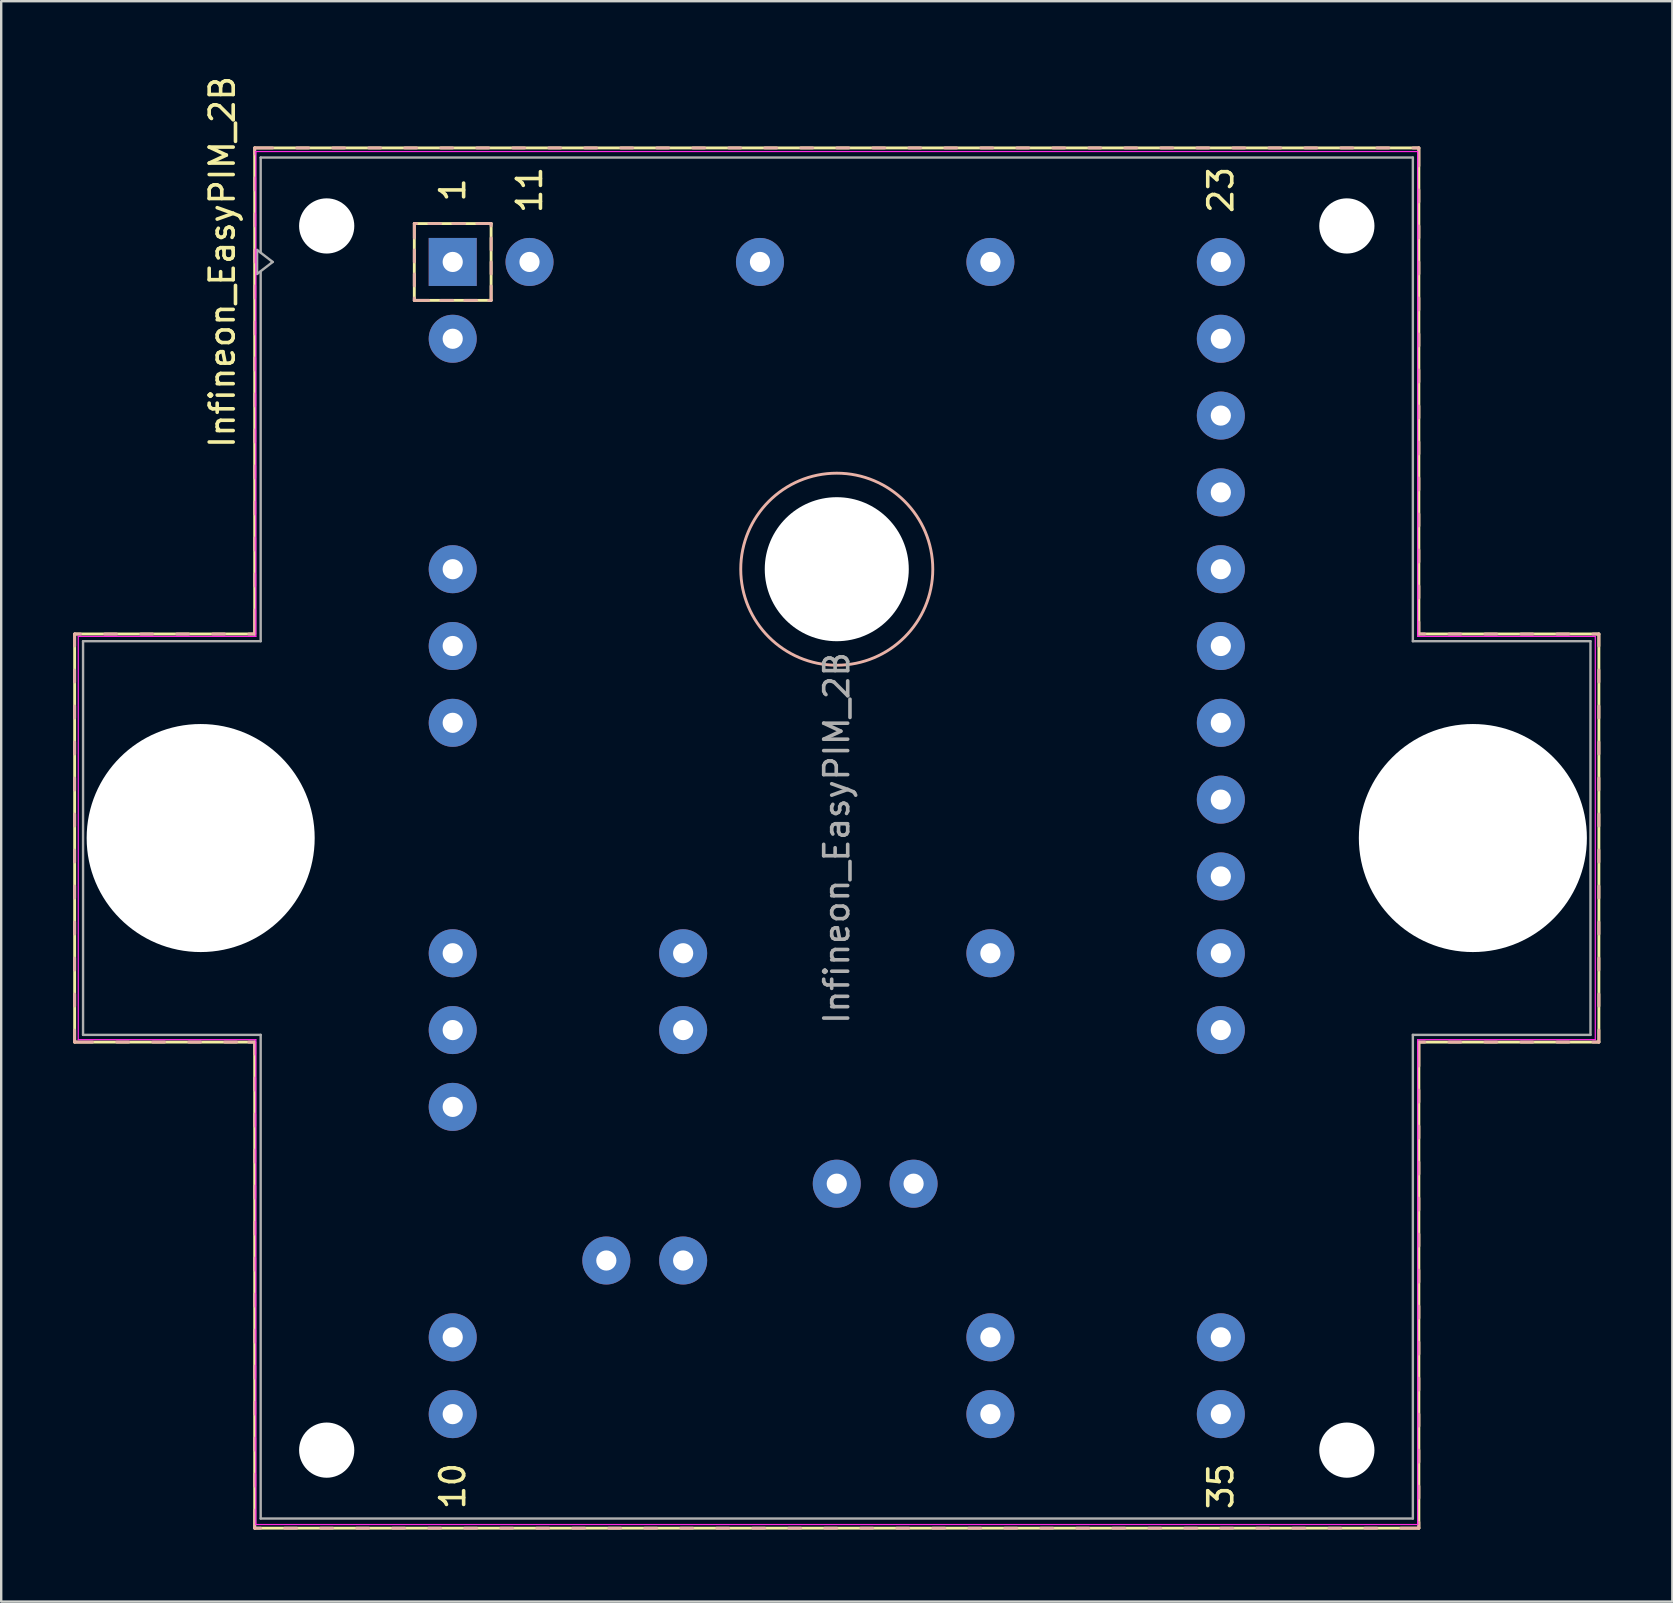
<source format=kicad_pcb>
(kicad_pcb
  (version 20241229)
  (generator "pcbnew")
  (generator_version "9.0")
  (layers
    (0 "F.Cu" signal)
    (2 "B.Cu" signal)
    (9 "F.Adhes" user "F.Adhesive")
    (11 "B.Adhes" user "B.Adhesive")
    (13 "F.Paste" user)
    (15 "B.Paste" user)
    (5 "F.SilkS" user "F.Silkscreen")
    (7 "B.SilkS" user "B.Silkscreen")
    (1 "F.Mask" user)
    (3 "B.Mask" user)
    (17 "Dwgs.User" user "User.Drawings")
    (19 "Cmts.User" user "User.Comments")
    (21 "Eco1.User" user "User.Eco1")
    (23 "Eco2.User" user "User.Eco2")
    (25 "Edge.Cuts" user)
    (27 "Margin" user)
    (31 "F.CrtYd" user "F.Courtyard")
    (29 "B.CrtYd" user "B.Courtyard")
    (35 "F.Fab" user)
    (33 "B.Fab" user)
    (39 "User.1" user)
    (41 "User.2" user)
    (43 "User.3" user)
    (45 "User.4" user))
  (footprint "Infineon_EasyPIM_2B"
    (layer "F.Cu")
    (at 15.81 7.863)
    (property "Reference" "Infineon_EasyPIM_2B" (at -9.6 0 90) (layer "F.SilkS") (effects (font (size 1 1) (thickness 0.15))))
    (attr through_hole)
    (fp_line (start -15.75 15.5) (end -15.75 32.5) (stroke (width 0.12) (type solid)) (layer "F.SilkS"))
    (fp_line (start -15.75 32.5) (end -8.25 32.5) (stroke (width 0.12) (type solid)) (layer "F.SilkS"))
    (fp_line (start -8.25 -4.75) (end -8.25 15.5) (stroke (width 0.12) (type solid)) (layer "F.SilkS"))
    (fp_line (start -8.25 15.5) (end -15.75 15.5) (stroke (width 0.12) (type solid)) (layer "F.SilkS"))
    (fp_line (start -8.25 32.5) (end -8.25 52.75) (stroke (width 0.12) (type solid)) (layer "F.SilkS"))
    (fp_line (start -8.25 52.75) (end 40.25 52.75) (stroke (width 0.12) (type solid)) (layer "F.SilkS"))
    (fp_line (start -1.6 -1.6) (end 1.6 -1.6) (stroke (width 0.12) (type solid)) (layer "F.SilkS"))
    (fp_line (start -1.6 1.6) (end -1.6 -1.6) (stroke (width 0.12) (type solid)) (layer "F.SilkS"))
    (fp_line (start 1.6 -1.6) (end 1.6 1.6) (stroke (width 0.12) (type solid)) (layer "F.SilkS"))
    (fp_line (start 1.6 1.6) (end -1.6 1.6) (stroke (width 0.12) (type solid)) (layer "F.SilkS"))
    (fp_line (start 40.25 -4.75) (end -8.25 -4.75) (stroke (width 0.12) (type solid)) (layer "F.SilkS"))
    (fp_line (start 40.25 15.5) (end 40.25 -4.75) (stroke (width 0.12) (type solid)) (layer "F.SilkS"))
    (fp_line (start 40.25 32.5) (end 47.75 32.5) (stroke (width 0.12) (type solid)) (layer "F.SilkS"))
    (fp_line (start 40.25 52.75) (end 40.25 32.5) (stroke (width 0.12) (type solid)) (layer "F.SilkS"))
    (fp_line (start 47.75 15.5) (end 40.25 15.5) (stroke (width 0.12) (type solid)) (layer "F.SilkS"))
    (fp_line (start 47.75 32.5) (end 47.75 15.5) (stroke (width 0.12) (type solid)) (layer "F.SilkS"))
    (fp_line (start -15.75 15.5) (end -15.75 16) (stroke (width 0.12) (type solid)) (layer "B.SilkS"))
    (fp_line (start -15.75 17) (end -15.75 17.5) (stroke (width 0.12) (type solid)) (layer "B.SilkS"))
    (fp_line (start -15.75 18.5) (end -15.75 19) (stroke (width 0.12) (type solid)) (layer "B.SilkS"))
    (fp_line (start -15.75 20) (end -15.75 20.5) (stroke (width 0.12) (type solid)) (layer "B.SilkS"))
    (fp_line (start -15.75 21.5) (end -15.75 22) (stroke (width 0.12) (type solid)) (layer "B.SilkS"))
    (fp_line (start -15.75 23) (end -15.75 23.5) (stroke (width 0.12) (type solid)) (layer "B.SilkS"))
    (fp_line (start -15.75 24.5) (end -15.75 25) (stroke (width 0.12) (type solid)) (layer "B.SilkS"))
    (fp_line (start -15.75 26) (end -15.75 26.5) (stroke (width 0.12) (type solid)) (layer "B.SilkS"))
    (fp_line (start -15.75 27.5) (end -15.75 28) (stroke (width 0.12) (type solid)) (layer "B.SilkS"))
    (fp_line (start -15.75 29) (end -15.75 29.5) (stroke (width 0.12) (type solid)) (layer "B.SilkS"))
    (fp_line (start -15.75 30.5) (end -15.75 31) (stroke (width 0.12) (type solid)) (layer "B.SilkS"))
    (fp_line (start -15.75 32) (end -15.75 32.5) (stroke (width 0.12) (type solid)) (layer "B.SilkS"))
    (fp_line (start -15.75 32.5) (end -15 32.5) (stroke (width 0.12) (type solid)) (layer "B.SilkS"))
    (fp_line (start -15.5 15.5) (end -15.75 15.5) (stroke (width 0.12) (type solid)) (layer "B.SilkS"))
    (fp_line (start -14 15.5) (end -14.5 15.5) (stroke (width 0.12) (type solid)) (layer "B.SilkS"))
    (fp_line (start -14 32.5) (end -13.5 32.5) (stroke (width 0.12) (type solid)) (layer "B.SilkS"))
    (fp_line (start -12.5 15.5) (end -13 15.5) (stroke (width 0.12) (type solid)) (layer "B.SilkS"))
    (fp_line (start -12.5 32.5) (end -12 32.5) (stroke (width 0.12) (type solid)) (layer "B.SilkS"))
    (fp_line (start -11 15.5) (end -11.5 15.5) (stroke (width 0.12) (type solid)) (layer "B.SilkS"))
    (fp_line (start -11 32.5) (end -10.5 32.5) (stroke (width 0.12) (type solid)) (layer "B.SilkS"))
    (fp_line (start -9.5 15.5) (end -10 15.5) (stroke (width 0.12) (type solid)) (layer "B.SilkS"))
    (fp_line (start -9.5 32.5) (end -9 32.5) (stroke (width 0.12) (type solid)) (layer "B.SilkS"))
    (fp_line (start -8.5 32.5) (end -8.25 32.5) (stroke (width 0.12) (type solid)) (layer "B.SilkS"))
    (fp_line (start -8.25 -4.75) (end -8.25 -4.5) (stroke (width 0.12) (type solid)) (layer "B.SilkS"))
    (fp_line (start -8.25 -3.5) (end -8.25 -3) (stroke (width 0.12) (type solid)) (layer "B.SilkS"))
    (fp_line (start -8.25 -2) (end -8.25 -1.5) (stroke (width 0.12) (type solid)) (layer "B.SilkS"))
    (fp_line (start -8.25 -0.5) (end -8.25 0) (stroke (width 0.12) (type solid)) (layer "B.SilkS"))
    (fp_line (start -8.25 1) (end -8.25 1.5) (stroke (width 0.12) (type solid)) (layer "B.SilkS"))
    (fp_line (start -8.25 2.5) (end -8.25 3) (stroke (width 0.12) (type solid)) (layer "B.SilkS"))
    (fp_line (start -8.25 4) (end -8.25 4.5) (stroke (width 0.12) (type solid)) (layer "B.SilkS"))
    (fp_line (start -8.25 5.5) (end -8.25 6) (stroke (width 0.12) (type solid)) (layer "B.SilkS"))
    (fp_line (start -8.25 7) (end -8.25 7.5) (stroke (width 0.12) (type solid)) (layer "B.SilkS"))
    (fp_line (start -8.25 8.5) (end -8.25 9) (stroke (width 0.12) (type solid)) (layer "B.SilkS"))
    (fp_line (start -8.25 10) (end -8.25 10.5) (stroke (width 0.12) (type solid)) (layer "B.SilkS"))
    (fp_line (start -8.25 11.5) (end -8.25 12) (stroke (width 0.12) (type solid)) (layer "B.SilkS"))
    (fp_line (start -8.25 13) (end -8.25 13.5) (stroke (width 0.12) (type solid)) (layer "B.SilkS"))
    (fp_line (start -8.25 14.5) (end -8.25 15.5) (stroke (width 0.12) (type solid)) (layer "B.SilkS"))
    (fp_line (start -8.25 15.5) (end -8.5 15.5) (stroke (width 0.12) (type solid)) (layer "B.SilkS"))
    (fp_line (start -8.25 32.5) (end -8.25 33) (stroke (width 0.12) (type solid)) (layer "B.SilkS"))
    (fp_line (start -8.25 34) (end -8.25 34.5) (stroke (width 0.12) (type solid)) (layer "B.SilkS"))
    (fp_line (start -8.25 35.5) (end -8.25 36) (stroke (width 0.12) (type solid)) (layer "B.SilkS"))
    (fp_line (start -8.25 37) (end -8.25 37.5) (stroke (width 0.12) (type solid)) (layer "B.SilkS"))
    (fp_line (start -8.25 38.5) (end -8.25 39) (stroke (width 0.12) (type solid)) (layer "B.SilkS"))
    (fp_line (start -8.25 40) (end -8.25 40.5) (stroke (width 0.12) (type solid)) (layer "B.SilkS"))
    (fp_line (start -8.25 41.5) (end -8.25 42) (stroke (width 0.12) (type solid)) (layer "B.SilkS"))
    (fp_line (start -8.25 43) (end -8.25 43.5) (stroke (width 0.12) (type solid)) (layer "B.SilkS"))
    (fp_line (start -8.25 44.5) (end -8.25 45) (stroke (width 0.12) (type solid)) (layer "B.SilkS"))
    (fp_line (start -8.25 46) (end -8.25 46.5) (stroke (width 0.12) (type solid)) (layer "B.SilkS"))
    (fp_line (start -8.25 47.5) (end -8.25 48) (stroke (width 0.12) (type solid)) (layer "B.SilkS"))
    (fp_line (start -8.25 49) (end -8.25 49.5) (stroke (width 0.12) (type solid)) (layer "B.SilkS"))
    (fp_line (start -8.25 50.5) (end -8.25 51) (stroke (width 0.12) (type solid)) (layer "B.SilkS"))
    (fp_line (start -8.25 52) (end -8.25 52.75) (stroke (width 0.12) (type solid)) (layer "B.SilkS"))
    (fp_line (start -8.25 52.75) (end -8 52.75) (stroke (width 0.12) (type solid)) (layer "B.SilkS"))
    (fp_line (start -7.5 -4.75) (end -8.25 -4.75) (stroke (width 0.12) (type solid)) (layer "B.SilkS"))
    (fp_line (start -7 52.75) (end -6.5 52.75) (stroke (width 0.12) (type solid)) (layer "B.SilkS"))
    (fp_line (start -6 -4.75) (end -6.5 -4.75) (stroke (width 0.12) (type solid)) (layer "B.SilkS"))
    (fp_line (start -5.5 52.75) (end -5 52.75) (stroke (width 0.12) (type solid)) (layer "B.SilkS"))
    (fp_line (start -4.5 -4.75) (end -5 -4.75) (stroke (width 0.12) (type solid)) (layer "B.SilkS"))
    (fp_line (start -4 52.75) (end -3.5 52.75) (stroke (width 0.12) (type solid)) (layer "B.SilkS"))
    (fp_line (start -3 -4.75) (end -3.5 -4.75) (stroke (width 0.12) (type solid)) (layer "B.SilkS"))
    (fp_line (start -2.5 52.75) (end -2 52.75) (stroke (width 0.12) (type solid)) (layer "B.SilkS"))
    (fp_line (start -1.6 -1.6) (end -1.6 -1) (stroke (width 0.12) (type solid)) (layer "B.SilkS"))
    (fp_line (start -1.6 -0.5) (end -1.6 0) (stroke (width 0.12) (type solid)) (layer "B.SilkS"))
    (fp_line (start -1.6 0.5) (end -1.6 1) (stroke (width 0.12) (type solid)) (layer "B.SilkS"))
    (fp_line (start -1.6 1.5) (end -1.6 1.6) (stroke (width 0.12) (type solid)) (layer "B.SilkS"))
    (fp_line (start -1.6 1.6) (end -1 1.6) (stroke (width 0.12) (type solid)) (layer "B.SilkS"))
    (fp_line (start -1.5 -4.75) (end -2 -4.75) (stroke (width 0.12) (type solid)) (layer "B.SilkS"))
    (fp_line (start -1.5 -1.6) (end -1.6 -1.6) (stroke (width 0.12) (type solid)) (layer "B.SilkS"))
    (fp_line (start -1 52.75) (end -0.5 52.75) (stroke (width 0.12) (type solid)) (layer "B.SilkS"))
    (fp_line (start -0.5 -1.6) (end -1 -1.6) (stroke (width 0.12) (type solid)) (layer "B.SilkS"))
    (fp_line (start -0.5 1.6) (end 0 1.6) (stroke (width 0.12) (type solid)) (layer "B.SilkS"))
    (fp_line (start 0 -4.75) (end -0.5 -4.75) (stroke (width 0.12) (type solid)) (layer "B.SilkS"))
    (fp_line (start 0.5 -1.6) (end 0 -1.6) (stroke (width 0.12) (type solid)) (layer "B.SilkS"))
    (fp_line (start 0.5 1.6) (end 1 1.6) (stroke (width 0.12) (type solid)) (layer "B.SilkS"))
    (fp_line (start 0.5 52.75) (end 1 52.75) (stroke (width 0.12) (type solid)) (layer "B.SilkS"))
    (fp_line (start 1.5 -4.75) (end 1 -4.75) (stroke (width 0.12) (type solid)) (layer "B.SilkS"))
    (fp_line (start 1.5 1.6) (end 1.6 1.6) (stroke (width 0.12) (type solid)) (layer "B.SilkS"))
    (fp_line (start 1.6 -1.6) (end 1 -1.6) (stroke (width 0.12) (type solid)) (layer "B.SilkS"))
    (fp_line (start 1.6 -1.5) (end 1.6 -1.6) (stroke (width 0.12) (type solid)) (layer "B.SilkS"))
    (fp_line (start 1.6 -0.5) (end 1.6 -1) (stroke (width 0.12) (type solid)) (layer "B.SilkS"))
    (fp_line (start 1.6 0.5) (end 1.6 0) (stroke (width 0.12) (type solid)) (layer "B.SilkS"))
    (fp_line (start 1.6 1.6) (end 1.6 1) (stroke (width 0.12) (type solid)) (layer "B.SilkS"))
    (fp_line (start 2 52.75) (end 2.5 52.75) (stroke (width 0.12) (type solid)) (layer "B.SilkS"))
    (fp_line (start 3 -4.75) (end 2.5 -4.75) (stroke (width 0.12) (type solid)) (layer "B.SilkS"))
    (fp_line (start 3.5 52.75) (end 4 52.75) (stroke (width 0.12) (type solid)) (layer "B.SilkS"))
    (fp_line (start 4.5 -4.75) (end 4 -4.75) (stroke (width 0.12) (type solid)) (layer "B.SilkS"))
    (fp_line (start 5 52.75) (end 5.5 52.75) (stroke (width 0.12) (type solid)) (layer "B.SilkS"))
    (fp_line (start 6 -4.75) (end 5.5 -4.75) (stroke (width 0.12) (type solid)) (layer "B.SilkS"))
    (fp_line (start 6.5 52.75) (end 7 52.75) (stroke (width 0.12) (type solid)) (layer "B.SilkS"))
    (fp_line (start 7.5 -4.75) (end 7 -4.75) (stroke (width 0.12) (type solid)) (layer "B.SilkS"))
    (fp_line (start 8 52.75) (end 8.5 52.75) (stroke (width 0.12) (type solid)) (layer "B.SilkS"))
    (fp_line (start 9 -4.75) (end 8.5 -4.75) (stroke (width 0.12) (type solid)) (layer "B.SilkS"))
    (fp_line (start 9.5 52.75) (end 10 52.75) (stroke (width 0.12) (type solid)) (layer "B.SilkS"))
    (fp_line (start 10.5 -4.75) (end 10 -4.75) (stroke (width 0.12) (type solid)) (layer "B.SilkS"))
    (fp_line (start 11 52.75) (end 11.5 52.75) (stroke (width 0.12) (type solid)) (layer "B.SilkS"))
    (fp_line (start 12 -4.75) (end 11.5 -4.75) (stroke (width 0.12) (type solid)) (layer "B.SilkS"))
    (fp_line (start 12.5 52.75) (end 13 52.75) (stroke (width 0.12) (type solid)) (layer "B.SilkS"))
    (fp_line (start 13.5 -4.75) (end 13 -4.75) (stroke (width 0.12) (type solid)) (layer "B.SilkS"))
    (fp_line (start 14 52.75) (end 14.5 52.75) (stroke (width 0.12) (type solid)) (layer "B.SilkS"))
    (fp_line (start 15 -4.75) (end 14.5 -4.75) (stroke (width 0.12) (type solid)) (layer "B.SilkS"))
    (fp_line (start 15.5 52.75) (end 16 52.75) (stroke (width 0.12) (type solid)) (layer "B.SilkS"))
    (fp_line (start 16.5 -4.75) (end 16 -4.75) (stroke (width 0.12) (type solid)) (layer "B.SilkS"))
    (fp_line (start 17 52.75) (end 17.5 52.75) (stroke (width 0.12) (type solid)) (layer "B.SilkS"))
    (fp_line (start 18 -4.75) (end 17.5 -4.75) (stroke (width 0.12) (type solid)) (layer "B.SilkS"))
    (fp_line (start 18.5 52.75) (end 19 52.75) (stroke (width 0.12) (type solid)) (layer "B.SilkS"))
    (fp_line (start 19.5 -4.75) (end 19 -4.75) (stroke (width 0.12) (type solid)) (layer "B.SilkS"))
    (fp_line (start 20 52.75) (end 20.5 52.75) (stroke (width 0.12) (type solid)) (layer "B.SilkS"))
    (fp_line (start 21 -4.75) (end 20.5 -4.75) (stroke (width 0.12) (type solid)) (layer "B.SilkS"))
    (fp_line (start 21.5 52.75) (end 22 52.75) (stroke (width 0.12) (type solid)) (layer "B.SilkS"))
    (fp_line (start 22.5 -4.75) (end 22 -4.75) (stroke (width 0.12) (type solid)) (layer "B.SilkS"))
    (fp_line (start 23 52.75) (end 23.5 52.75) (stroke (width 0.12) (type solid)) (layer "B.SilkS"))
    (fp_line (start 24 -4.75) (end 23.5 -4.75) (stroke (width 0.12) (type solid)) (layer "B.SilkS"))
    (fp_line (start 24.5 52.75) (end 25 52.75) (stroke (width 0.12) (type solid)) (layer "B.SilkS"))
    (fp_line (start 25.5 -4.75) (end 25 -4.75) (stroke (width 0.12) (type solid)) (layer "B.SilkS"))
    (fp_line (start 26 52.75) (end 26.5 52.75) (stroke (width 0.12) (type solid)) (layer "B.SilkS"))
    (fp_line (start 27 -4.75) (end 26.5 -4.75) (stroke (width 0.12) (type solid)) (layer "B.SilkS"))
    (fp_line (start 27.5 52.75) (end 28 52.75) (stroke (width 0.12) (type solid)) (layer "B.SilkS"))
    (fp_line (start 28.5 -4.75) (end 28 -4.75) (stroke (width 0.12) (type solid)) (layer "B.SilkS"))
    (fp_line (start 29 52.75) (end 29.5 52.75) (stroke (width 0.12) (type solid)) (layer "B.SilkS"))
    (fp_line (start 30 -4.75) (end 29.5 -4.75) (stroke (width 0.12) (type solid)) (layer "B.SilkS"))
    (fp_line (start 30.5 52.75) (end 31 52.75) (stroke (width 0.12) (type solid)) (layer "B.SilkS"))
    (fp_line (start 31.5 -4.75) (end 31 -4.75) (stroke (width 0.12) (type solid)) (layer "B.SilkS"))
    (fp_line (start 32 52.75) (end 32.5 52.75) (stroke (width 0.12) (type solid)) (layer "B.SilkS"))
    (fp_line (start 33 -4.75) (end 32.5 -4.75) (stroke (width 0.12) (type solid)) (layer "B.SilkS"))
    (fp_line (start 33.5 52.75) (end 34 52.75) (stroke (width 0.12) (type solid)) (layer "B.SilkS"))
    (fp_line (start 34.5 -4.75) (end 34 -4.75) (stroke (width 0.12) (type solid)) (layer "B.SilkS"))
    (fp_line (start 35 52.75) (end 35.5 52.75) (stroke (width 0.12) (type solid)) (layer "B.SilkS"))
    (fp_line (start 36 -4.75) (end 35.5 -4.75) (stroke (width 0.12) (type solid)) (layer "B.SilkS"))
    (fp_line (start 36.5 52.75) (end 37 52.75) (stroke (width 0.12) (type solid)) (layer "B.SilkS"))
    (fp_line (start 37.5 -4.75) (end 37 -4.75) (stroke (width 0.12) (type solid)) (layer "B.SilkS"))
    (fp_line (start 38 52.75) (end 38.5 52.75) (stroke (width 0.12) (type solid)) (layer "B.SilkS"))
    (fp_line (start 39 -4.75) (end 38.5 -4.75) (stroke (width 0.12) (type solid)) (layer "B.SilkS"))
    (fp_line (start 39.5 52.75) (end 40.25 52.75) (stroke (width 0.12) (type solid)) (layer "B.SilkS"))
    (fp_line (start 40.25 -4.75) (end 40 -4.75) (stroke (width 0.12) (type solid)) (layer "B.SilkS"))
    (fp_line (start 40.25 -4) (end 40.25 -4.75) (stroke (width 0.12) (type solid)) (layer "B.SilkS"))
    (fp_line (start 40.25 -2.5) (end 40.25 -3) (stroke (width 0.12) (type solid)) (layer "B.SilkS"))
    (fp_line (start 40.25 -1) (end 40.25 -1.5) (stroke (width 0.12) (type solid)) (layer "B.SilkS"))
    (fp_line (start 40.25 0.5) (end 40.25 0) (stroke (width 0.12) (type solid)) (layer "B.SilkS"))
    (fp_line (start 40.25 2) (end 40.25 1.5) (stroke (width 0.12) (type solid)) (layer "B.SilkS"))
    (fp_line (start 40.25 3.5) (end 40.25 3) (stroke (width 0.12) (type solid)) (layer "B.SilkS"))
    (fp_line (start 40.25 5) (end 40.25 4.5) (stroke (width 0.12) (type solid)) (layer "B.SilkS"))
    (fp_line (start 40.25 6.5) (end 40.25 6) (stroke (width 0.12) (type solid)) (layer "B.SilkS"))
    (fp_line (start 40.25 8) (end 40.25 7.5) (stroke (width 0.12) (type solid)) (layer "B.SilkS"))
    (fp_line (start 40.25 9.5) (end 40.25 9) (stroke (width 0.12) (type solid)) (layer "B.SilkS"))
    (fp_line (start 40.25 11) (end 40.25 10.5) (stroke (width 0.12) (type solid)) (layer "B.SilkS"))
    (fp_line (start 40.25 12.5) (end 40.25 12) (stroke (width 0.12) (type solid)) (layer "B.SilkS"))
    (fp_line (start 40.25 14) (end 40.25 13.5) (stroke (width 0.12) (type solid)) (layer "B.SilkS"))
    (fp_line (start 40.25 15.5) (end 40.25 15) (stroke (width 0.12) (type solid)) (layer "B.SilkS"))
    (fp_line (start 40.25 32.5) (end 40.5 32.5) (stroke (width 0.12) (type solid)) (layer "B.SilkS"))
    (fp_line (start 40.25 33.5) (end 40.25 32.5) (stroke (width 0.12) (type solid)) (layer "B.SilkS"))
    (fp_line (start 40.25 35) (end 40.25 34.5) (stroke (width 0.12) (type solid)) (layer "B.SilkS"))
    (fp_line (start 40.25 36.5) (end 40.25 36) (stroke (width 0.12) (type solid)) (layer "B.SilkS"))
    (fp_line (start 40.25 38) (end 40.25 37.5) (stroke (width 0.12) (type solid)) (layer "B.SilkS"))
    (fp_line (start 40.25 39.5) (end 40.25 39) (stroke (width 0.12) (type solid)) (layer "B.SilkS"))
    (fp_line (start 40.25 41) (end 40.25 40.5) (stroke (width 0.12) (type solid)) (layer "B.SilkS"))
    (fp_line (start 40.25 42.5) (end 40.25 42) (stroke (width 0.12) (type solid)) (layer "B.SilkS"))
    (fp_line (start 40.25 44) (end 40.25 43.5) (stroke (width 0.12) (type solid)) (layer "B.SilkS"))
    (fp_line (start 40.25 45.5) (end 40.25 45) (stroke (width 0.12) (type solid)) (layer "B.SilkS"))
    (fp_line (start 40.25 47) (end 40.25 46.5) (stroke (width 0.12) (type solid)) (layer "B.SilkS"))
    (fp_line (start 40.25 48.5) (end 40.25 48) (stroke (width 0.12) (type solid)) (layer "B.SilkS"))
    (fp_line (start 40.25 50) (end 40.25 49.5) (stroke (width 0.12) (type solid)) (layer "B.SilkS"))
    (fp_line (start 40.25 51.5) (end 40.25 51) (stroke (width 0.12) (type solid)) (layer "B.SilkS"))
    (fp_line (start 40.25 52.75) (end 40.25 52.5) (stroke (width 0.12) (type solid)) (layer "B.SilkS"))
    (fp_line (start 40.5 15.5) (end 40.25 15.5) (stroke (width 0.12) (type solid)) (layer "B.SilkS"))
    (fp_line (start 41.5 32.5) (end 42 32.5) (stroke (width 0.12) (type solid)) (layer "B.SilkS"))
    (fp_line (start 42 15.5) (end 41.5 15.5) (stroke (width 0.12) (type solid)) (layer "B.SilkS"))
    (fp_line (start 43 32.5) (end 43.5 32.5) (stroke (width 0.12) (type solid)) (layer "B.SilkS"))
    (fp_line (start 43.5 15.5) (end 43 15.5) (stroke (width 0.12) (type solid)) (layer "B.SilkS"))
    (fp_line (start 44.5 32.5) (end 45 32.5) (stroke (width 0.12) (type solid)) (layer "B.SilkS"))
    (fp_line (start 45 15.5) (end 44.5 15.5) (stroke (width 0.12) (type solid)) (layer "B.SilkS"))
    (fp_line (start 46 32.5) (end 46.5 32.5) (stroke (width 0.12) (type solid)) (layer "B.SilkS"))
    (fp_line (start 46.5 15.5) (end 46 15.5) (stroke (width 0.12) (type solid)) (layer "B.SilkS"))
    (fp_line (start 47.5 32.5) (end 47.75 32.5) (stroke (width 0.12) (type solid)) (layer "B.SilkS"))
    (fp_line (start 47.75 15.5) (end 47.5 15.5) (stroke (width 0.12) (type solid)) (layer "B.SilkS"))
    (fp_line (start 47.75 16) (end 47.75 15.5) (stroke (width 0.12) (type solid)) (layer "B.SilkS"))
    (fp_line (start 47.75 17.5) (end 47.75 17) (stroke (width 0.12) (type solid)) (layer "B.SilkS"))
    (fp_line (start 47.75 19) (end 47.75 18.5) (stroke (width 0.12) (type solid)) (layer "B.SilkS"))
    (fp_line (start 47.75 20.5) (end 47.75 20) (stroke (width 0.12) (type solid)) (layer "B.SilkS"))
    (fp_line (start 47.75 22) (end 47.75 21.5) (stroke (width 0.12) (type solid)) (layer "B.SilkS"))
    (fp_line (start 47.75 23.5) (end 47.75 23) (stroke (width 0.12) (type solid)) (layer "B.SilkS"))
    (fp_line (start 47.75 25) (end 47.75 24.5) (stroke (width 0.12) (type solid)) (layer "B.SilkS"))
    (fp_line (start 47.75 26.5) (end 47.75 26) (stroke (width 0.12) (type solid)) (layer "B.SilkS"))
    (fp_line (start 47.75 28) (end 47.75 27.5) (stroke (width 0.12) (type solid)) (layer "B.SilkS"))
    (fp_line (start 47.75 29.5) (end 47.75 29) (stroke (width 0.12) (type solid)) (layer "B.SilkS"))
    (fp_line (start 47.75 31) (end 47.75 30.5) (stroke (width 0.12) (type solid)) (layer "B.SilkS"))
    (fp_line (start 47.75 32.5) (end 47.75 32) (stroke (width 0.12) (type solid)) (layer "B.SilkS"))
    (fp_circle (center 16 12.8) (end 16 16.8) (stroke (width 0.12) (type solid)) (fill no) (layer "B.SilkS"))
    (fp_line (start -15.6 15.6) (end -15.6 32.4) (stroke (width 0.05) (type solid)) (layer "F.CrtYd"))
    (fp_line (start -15.6 32.4) (end -8.2 32.4) (stroke (width 0.05) (type solid)) (layer "F.CrtYd"))
    (fp_line (start -8.2 -4.6) (end -8.2 15.6) (stroke (width 0.05) (type solid)) (layer "F.CrtYd"))
    (fp_line (start -8.2 15.6) (end -15.6 15.6) (stroke (width 0.05) (type solid)) (layer "F.CrtYd"))
    (fp_line (start -8.2 32.4) (end -8.2 52.6) (stroke (width 0.05) (type solid)) (layer "F.CrtYd"))
    (fp_line (start -8.2 52.6) (end 40.2 52.6) (stroke (width 0.05) (type solid)) (layer "F.CrtYd"))
    (fp_line (start 40.2 -4.6) (end -8.2 -4.6) (stroke (width 0.05) (type solid)) (layer "F.CrtYd"))
    (fp_line (start 40.2 15.6) (end 40.2 -4.6) (stroke (width 0.05) (type solid)) (layer "F.CrtYd"))
    (fp_line (start 40.2 32.4) (end 47.6 32.4) (stroke (width 0.05) (type solid)) (layer "F.CrtYd"))
    (fp_line (start 40.2 52.6) (end 40.2 32.4) (stroke (width 0.05) (type solid)) (layer "F.CrtYd"))
    (fp_line (start 47.6 15.6) (end 40.2 15.6) (stroke (width 0.05) (type solid)) (layer "F.CrtYd"))
    (fp_line (start 47.6 32.4) (end 47.6 15.6) (stroke (width 0.05) (type solid)) (layer "F.CrtYd"))
    (fp_line (start -15.4 15.8) (end -15.4 32.2) (stroke (width 0.1) (type solid)) (layer "F.Fab"))
    (fp_line (start -15.4 15.8) (end -8 15.8) (stroke (width 0.1) (type solid)) (layer "F.Fab"))
    (fp_line (start -15.4 32.2) (end -8 32.2) (stroke (width 0.1) (type solid)) (layer "F.Fab"))
    (fp_line (start -8.15 -0.5) (end -8.15 0.5) (stroke (width 0.1) (type solid)) (layer "F.Fab"))
    (fp_line (start -8.15 0.5) (end -7.5 0) (stroke (width 0.1) (type solid)) (layer "F.Fab"))
    (fp_line (start -8 -0.4) (end -8 -4.35) (stroke (width 0.1) (type solid)) (layer "F.Fab"))
    (fp_line (start -8 0.4) (end -8 15.8) (stroke (width 0.1) (type solid)) (layer "F.Fab"))
    (fp_line (start -8 32.2) (end -8 52.35) (stroke (width 0.1) (type solid)) (layer "F.Fab"))
    (fp_line (start -8 52.35) (end 40 52.35) (stroke (width 0.1) (type solid)) (layer "F.Fab"))
    (fp_line (start -7.5 0) (end -8.15 -0.5) (stroke (width 0.1) (type solid)) (layer "F.Fab"))
    (fp_line (start 40 -4.35) (end -8 -4.35) (stroke (width 0.1) (type solid)) (layer "F.Fab"))
    (fp_line (start 40 15.8) (end 40 -4.35) (stroke (width 0.1) (type solid)) (layer "F.Fab"))
    (fp_line (start 40 52.35) (end 40 32.2) (stroke (width 0.1) (type solid)) (layer "F.Fab"))
    (fp_line (start 47.4 15.8) (end 40 15.8) (stroke (width 0.1) (type solid)) (layer "F.Fab"))
    (fp_line (start 47.4 15.8) (end 47.4 32.2) (stroke (width 0.1) (type solid)) (layer "F.Fab"))
    (fp_line (start 47.4 32.2) (end 40 32.2) (stroke (width 0.1) (type solid)) (layer "F.Fab"))
    (fp_text user "23" (at 32 -3 90) (layer "F.SilkS") (effects (font (size 1 1) (thickness 0.15))))
    (fp_text user "1" (at 0 -3 90) (layer "F.SilkS") (effects (font (size 1 1) (thickness 0.15))))
    (fp_text user "35" (at 32 51 90) (layer "F.SilkS") (effects (font (size 1 1) (thickness 0.15))))
    (fp_text user "11" (at 3.2 -3 90) (layer "F.SilkS") (effects (font (size 1 1) (thickness 0.15))))
    (fp_text user "10" (at 0 51 90) (layer "F.SilkS") (effects (font (size 1 1) (thickness 0.15))))
    (fp_text user "${REFERENCE}" (at 16 24 90) (layer "F.Fab") (effects (font (size 1 1) (thickness 0.15))))
    (pad "" np_thru_hole circle (at -10.5 24 90) (size 9.5 9.5) (drill 9.5) (layers "*.Cu" "*.Mask"))
    (pad "" np_thru_hole circle (at -5.25 -1.5 90) (size 2.3 2.3) (drill 2.3) (layers "*.Cu" "*.Mask"))
    (pad "" np_thru_hole circle (at -5.25 49.5 90) (size 2.3 2.3) (drill 2.3) (layers "*.Cu" "*.Mask"))
    (pad "" np_thru_hole circle (at 16 12.8 90) (size 6 6) (drill 6) (layers "*.Cu" "*.Mask"))
    (pad "" np_thru_hole circle (at 37.25 -1.5 270) (size 2.3 2.3) (drill 2.3) (layers "*.Cu" "*.Mask"))
    (pad "" np_thru_hole circle (at 37.25 49.5 270) (size 2.3 2.3) (drill 2.3) (layers "*.Cu" "*.Mask"))
    (pad "" np_thru_hole circle (at 42.5 24 270) (size 9.5 9.5) (drill 9.5) (layers "*.Cu" "*.Mask"))
    (pad "1" thru_hole rect (at 0 0 90) (size 2 2) (drill 0.84) (layers "*.Cu" "*.Mask"))
    (pad "2" thru_hole circle (at 0 3.2 90) (size 2 2) (drill 0.84) (layers "*.Cu" "*.Mask"))
    (pad "3" thru_hole circle (at 0 12.8 90) (size 2 2) (drill 0.84) (layers "*.Cu" "*.Mask"))
    (pad "4" thru_hole circle (at 0 16 90) (size 2 2) (drill 0.84) (layers "*.Cu" "*.Mask"))
    (pad "5" thru_hole circle (at 0 19.2 90) (size 2 2) (drill 0.84) (layers "*.Cu" "*.Mask"))
    (pad "6" thru_hole circle (at 0 28.8 90) (size 2 2) (drill 0.84) (layers "*.Cu" "*.Mask"))
    (pad "7" thru_hole circle (at 0 32 90) (size 2 2) (drill 0.84) (layers "*.Cu" "*.Mask"))
    (pad "8" thru_hole circle (at 0 35.2 90) (size 2 2) (drill 0.84) (layers "*.Cu" "*.Mask"))
    (pad "9" thru_hole circle (at 0 44.8 90) (size 2 2) (drill 0.84) (layers "*.Cu" "*.Mask"))
    (pad "10" thru_hole circle (at 0 48 90) (size 2 2) (drill 0.84) (layers "*.Cu" "*.Mask"))
    (pad "11" thru_hole circle (at 3.2 0 90) (size 2 2) (drill 0.84) (layers "*.Cu" "*.Mask"))
    (pad "12" thru_hole circle (at 6.4 41.6 90) (size 2 2) (drill 0.84) (layers "*.Cu" "*.Mask"))
    (pad "13" thru_hole circle (at 9.6 28.8 90) (size 2 2) (drill 0.84) (layers "*.Cu" "*.Mask"))
    (pad "14" thru_hole circle (at 9.6 32 90) (size 2 2) (drill 0.84) (layers "*.Cu" "*.Mask"))
    (pad "15" thru_hole circle (at 9.6 41.6 90) (size 2 2) (drill 0.84) (layers "*.Cu" "*.Mask"))
    (pad "16" thru_hole circle (at 12.8 0 90) (size 2 2) (drill 0.84) (layers "*.Cu" "*.Mask"))
    (pad "17" thru_hole circle (at 16 38.4 90) (size 2 2) (drill 0.84) (layers "*.Cu" "*.Mask"))
    (pad "18" thru_hole circle (at 19.2 38.4 90) (size 2 2) (drill 0.84) (layers "*.Cu" "*.Mask"))
    (pad "19" thru_hole circle (at 22.4 0 90) (size 2 2) (drill 0.84) (layers "*.Cu" "*.Mask"))
    (pad "20" thru_hole circle (at 22.4 28.8 90) (size 2 2) (drill 0.84) (layers "*.Cu" "*.Mask"))
    (pad "21" thru_hole circle (at 22.4 44.8 90) (size 2 2) (drill 0.84) (layers "*.Cu" "*.Mask"))
    (pad "22" thru_hole circle (at 22.4 48 90) (size 2 2) (drill 0.84) (layers "*.Cu" "*.Mask"))
    (pad "23" thru_hole circle (at 32 0 90) (size 2 2) (drill 0.84) (layers "*.Cu" "*.Mask"))
    (pad "24" thru_hole circle (at 32 3.2 90) (size 2 2) (drill 0.84) (layers "*.Cu" "*.Mask"))
    (pad "25" thru_hole circle (at 32 6.4 90) (size 2 2) (drill 0.84) (layers "*.Cu" "*.Mask"))
    (pad "26" thru_hole circle (at 32 9.6 90) (size 2 2) (drill 0.84) (layers "*.Cu" "*.Mask"))
    (pad "27" thru_hole circle (at 32 12.8 90) (size 2 2) (drill 0.84) (layers "*.Cu" "*.Mask"))
    (pad "28" thru_hole circle (at 32 16) (size 2 2) (drill 0.84) (layers "*.Cu" "*.Mask"))
    (pad "29" thru_hole circle (at 32 19.2) (size 2 2) (drill 0.84) (layers "*.Cu" "*.Mask"))
    (pad "30" thru_hole circle (at 32 22.4) (size 2 2) (drill 0.84) (layers "*.Cu" "*.Mask"))
    (pad "31" thru_hole circle (at 32 25.6) (size 2 2) (drill 0.84) (layers "*.Cu" "*.Mask"))
    (pad "32" thru_hole circle (at 32 28.8) (size 2 2) (drill 0.84) (layers "*.Cu" "*.Mask"))
    (pad "33" thru_hole circle (at 32 32) (size 2 2) (drill 0.84) (layers "*.Cu" "*.Mask"))
    (pad "34" thru_hole circle (at 32 44.8) (size 2 2) (drill 0.84) (layers "*.Cu" "*.Mask"))
    (pad "35" thru_hole circle (at 32 48) (size 2 2) (drill 0.84) (layers "*.Cu" "*.Mask")))
  (gr_rect
    (start -3 -3)
    (end 66.62 63.673)
    (stroke (width 0.1) (type default))
    (fill no)
    (layer "Edge.Cuts")))
</source>
